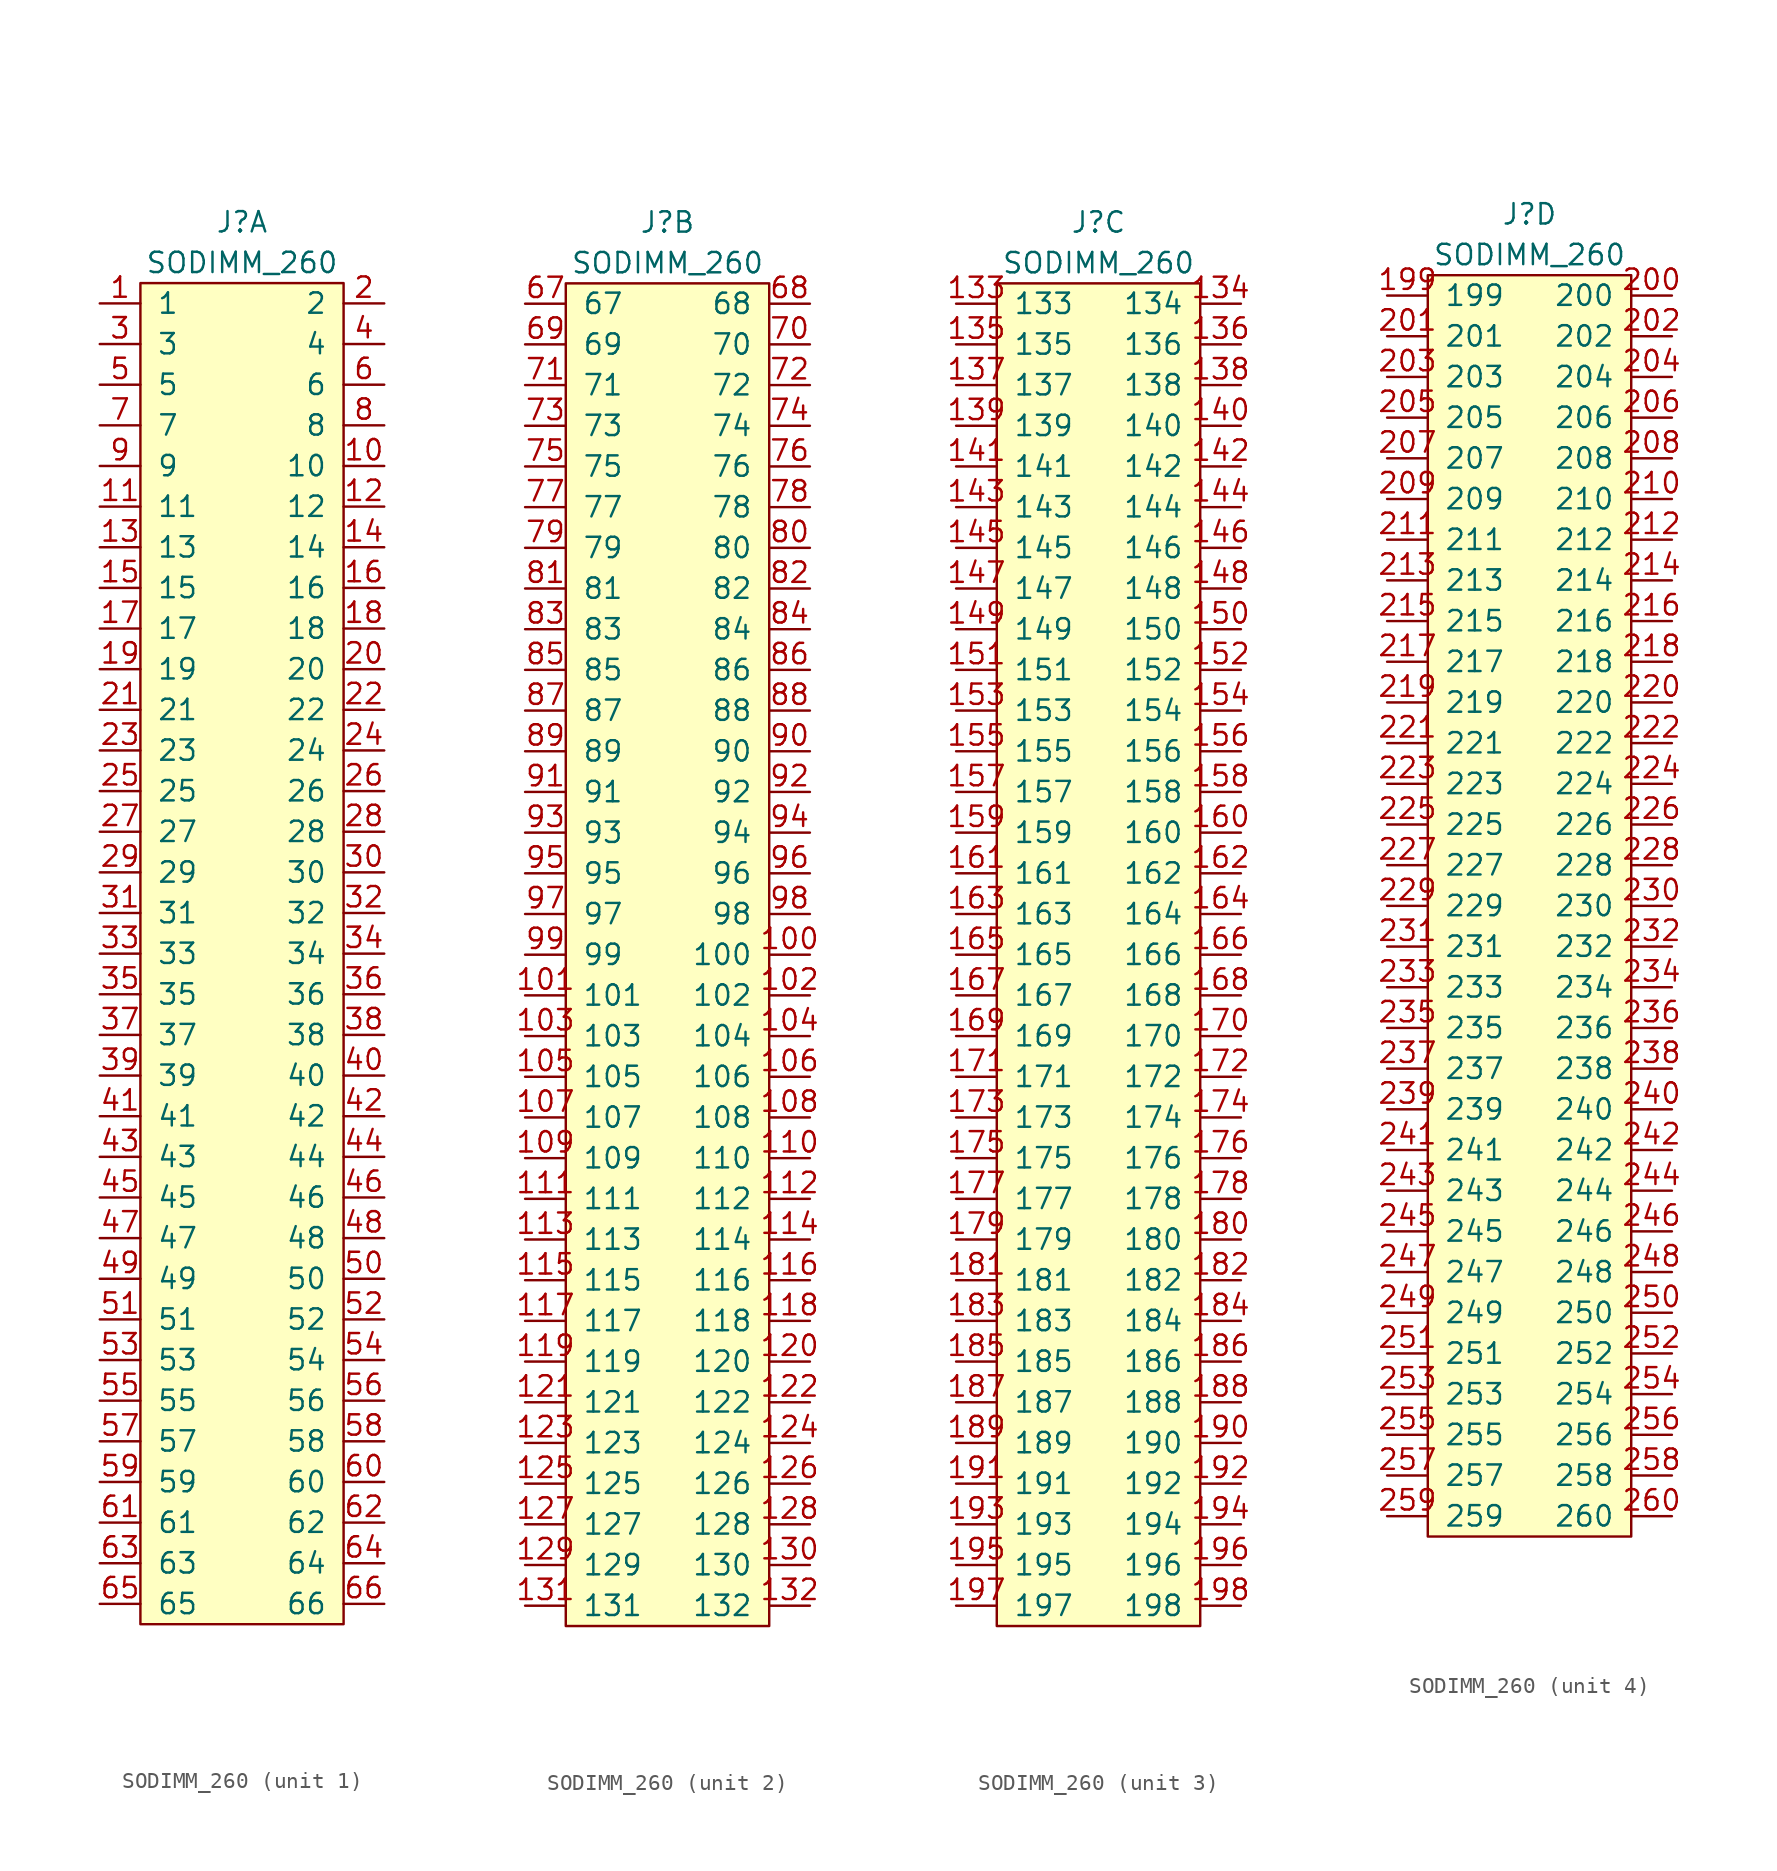
<source format=kicad_sym>
(kicad_symbol_lib
  (version 20201005)
  (generator kicad_symbol_editor)
  (symbol "lethalbit:SODIMM_260"
    (pin_names
      (offset 1.016))
    (property "Reference" "J"
      (at 0 13.97 0)
      (effects (font (size 1.27 1.27))))
    (property "Value" "SODIMM_260"
      (at 0 11.43 0)
      (effects (font (size 1.27 1.27))))
    (property "ki_locked" ""
      (at 0 0 0)
      (effects (font (size 1.27 1.27))))
    (symbol "SODIMM_260_1_1"
      (rectangle (start -6.35 10.16) (end 6.35 -73.66) (stroke (width 0)) (fill (type background)))
      (pin bidirectional line (at -8.89 8.89 0) (length 2.54) (name "1" (effects (font (size 1.27 1.27)))) (number "1" (effects (font (size 1.27 1.27)))))
      (pin bidirectional line (at 8.89 -1.27 180) (length 2.54) (name "10" (effects (font (size 1.27 1.27)))) (number "10" (effects (font (size 1.27 1.27)))))
      (pin bidirectional line (at -8.89 -3.81 0) (length 2.54) (name "11" (effects (font (size 1.27 1.27)))) (number "11" (effects (font (size 1.27 1.27)))))
      (pin bidirectional line (at 8.89 -3.81 180) (length 2.54) (name "12" (effects (font (size 1.27 1.27)))) (number "12" (effects (font (size 1.27 1.27)))))
      (pin bidirectional line (at -8.89 -6.35 0) (length 2.54) (name "13" (effects (font (size 1.27 1.27)))) (number "13" (effects (font (size 1.27 1.27)))))
      (pin bidirectional line (at 8.89 -6.35 180) (length 2.54) (name "14" (effects (font (size 1.27 1.27)))) (number "14" (effects (font (size 1.27 1.27)))))
      (pin bidirectional line (at -8.89 -8.89 0) (length 2.54) (name "15" (effects (font (size 1.27 1.27)))) (number "15" (effects (font (size 1.27 1.27)))))
      (pin bidirectional line (at 8.89 -8.89 180) (length 2.54) (name "16" (effects (font (size 1.27 1.27)))) (number "16" (effects (font (size 1.27 1.27)))))
      (pin bidirectional line (at -8.89 -11.43 0) (length 2.54) (name "17" (effects (font (size 1.27 1.27)))) (number "17" (effects (font (size 1.27 1.27)))))
      (pin bidirectional line (at 8.89 -11.43 180) (length 2.54) (name "18" (effects (font (size 1.27 1.27)))) (number "18" (effects (font (size 1.27 1.27)))))
      (pin bidirectional line (at -8.89 -13.97 0) (length 2.54) (name "19" (effects (font (size 1.27 1.27)))) (number "19" (effects (font (size 1.27 1.27)))))
      (pin bidirectional line (at 8.89 8.89 180) (length 2.54) (name "2" (effects (font (size 1.27 1.27)))) (number "2" (effects (font (size 1.27 1.27)))))
      (pin bidirectional line (at 8.89 -13.97 180) (length 2.54) (name "20" (effects (font (size 1.27 1.27)))) (number "20" (effects (font (size 1.27 1.27)))))
      (pin bidirectional line (at -8.89 -16.51 0) (length 2.54) (name "21" (effects (font (size 1.27 1.27)))) (number "21" (effects (font (size 1.27 1.27)))))
      (pin bidirectional line (at 8.89 -16.51 180) (length 2.54) (name "22" (effects (font (size 1.27 1.27)))) (number "22" (effects (font (size 1.27 1.27)))))
      (pin bidirectional line (at -8.89 -19.05 0) (length 2.54) (name "23" (effects (font (size 1.27 1.27)))) (number "23" (effects (font (size 1.27 1.27)))))
      (pin bidirectional line (at 8.89 -19.05 180) (length 2.54) (name "24" (effects (font (size 1.27 1.27)))) (number "24" (effects (font (size 1.27 1.27)))))
      (pin bidirectional line (at -8.89 -21.59 0) (length 2.54) (name "25" (effects (font (size 1.27 1.27)))) (number "25" (effects (font (size 1.27 1.27)))))
      (pin bidirectional line (at 8.89 -21.59 180) (length 2.54) (name "26" (effects (font (size 1.27 1.27)))) (number "26" (effects (font (size 1.27 1.27)))))
      (pin bidirectional line (at -8.89 -24.13 0) (length 2.54) (name "27" (effects (font (size 1.27 1.27)))) (number "27" (effects (font (size 1.27 1.27)))))
      (pin bidirectional line (at 8.89 -24.13 180) (length 2.54) (name "28" (effects (font (size 1.27 1.27)))) (number "28" (effects (font (size 1.27 1.27)))))
      (pin bidirectional line (at -8.89 -26.67 0) (length 2.54) (name "29" (effects (font (size 1.27 1.27)))) (number "29" (effects (font (size 1.27 1.27)))))
      (pin bidirectional line (at -8.89 6.35 0) (length 2.54) (name "3" (effects (font (size 1.27 1.27)))) (number "3" (effects (font (size 1.27 1.27)))))
      (pin bidirectional line (at 8.89 -26.67 180) (length 2.54) (name "30" (effects (font (size 1.27 1.27)))) (number "30" (effects (font (size 1.27 1.27)))))
      (pin bidirectional line (at -8.89 -29.21 0) (length 2.54) (name "31" (effects (font (size 1.27 1.27)))) (number "31" (effects (font (size 1.27 1.27)))))
      (pin bidirectional line (at 8.89 -29.21 180) (length 2.54) (name "32" (effects (font (size 1.27 1.27)))) (number "32" (effects (font (size 1.27 1.27)))))
      (pin bidirectional line (at -8.89 -31.75 0) (length 2.54) (name "33" (effects (font (size 1.27 1.27)))) (number "33" (effects (font (size 1.27 1.27)))))
      (pin bidirectional line (at 8.89 -31.75 180) (length 2.54) (name "34" (effects (font (size 1.27 1.27)))) (number "34" (effects (font (size 1.27 1.27)))))
      (pin bidirectional line (at -8.89 -34.29 0) (length 2.54) (name "35" (effects (font (size 1.27 1.27)))) (number "35" (effects (font (size 1.27 1.27)))))
      (pin bidirectional line (at 8.89 -34.29 180) (length 2.54) (name "36" (effects (font (size 1.27 1.27)))) (number "36" (effects (font (size 1.27 1.27)))))
      (pin bidirectional line (at -8.89 -36.83 0) (length 2.54) (name "37" (effects (font (size 1.27 1.27)))) (number "37" (effects (font (size 1.27 1.27)))))
      (pin bidirectional line (at 8.89 -36.83 180) (length 2.54) (name "38" (effects (font (size 1.27 1.27)))) (number "38" (effects (font (size 1.27 1.27)))))
      (pin bidirectional line (at -8.89 -39.37 0) (length 2.54) (name "39" (effects (font (size 1.27 1.27)))) (number "39" (effects (font (size 1.27 1.27)))))
      (pin bidirectional line (at 8.89 6.35 180) (length 2.54) (name "4" (effects (font (size 1.27 1.27)))) (number "4" (effects (font (size 1.27 1.27)))))
      (pin bidirectional line (at 8.89 -39.37 180) (length 2.54) (name "40" (effects (font (size 1.27 1.27)))) (number "40" (effects (font (size 1.27 1.27)))))
      (pin bidirectional line (at -8.89 -41.91 0) (length 2.54) (name "41" (effects (font (size 1.27 1.27)))) (number "41" (effects (font (size 1.27 1.27)))))
      (pin bidirectional line (at 8.89 -41.91 180) (length 2.54) (name "42" (effects (font (size 1.27 1.27)))) (number "42" (effects (font (size 1.27 1.27)))))
      (pin bidirectional line (at -8.89 -44.45 0) (length 2.54) (name "43" (effects (font (size 1.27 1.27)))) (number "43" (effects (font (size 1.27 1.27)))))
      (pin bidirectional line (at 8.89 -44.45 180) (length 2.54) (name "44" (effects (font (size 1.27 1.27)))) (number "44" (effects (font (size 1.27 1.27)))))
      (pin bidirectional line (at -8.89 -46.99 0) (length 2.54) (name "45" (effects (font (size 1.27 1.27)))) (number "45" (effects (font (size 1.27 1.27)))))
      (pin bidirectional line (at 8.89 -46.99 180) (length 2.54) (name "46" (effects (font (size 1.27 1.27)))) (number "46" (effects (font (size 1.27 1.27)))))
      (pin bidirectional line (at -8.89 -49.53 0) (length 2.54) (name "47" (effects (font (size 1.27 1.27)))) (number "47" (effects (font (size 1.27 1.27)))))
      (pin bidirectional line (at 8.89 -49.53 180) (length 2.54) (name "48" (effects (font (size 1.27 1.27)))) (number "48" (effects (font (size 1.27 1.27)))))
      (pin bidirectional line (at -8.89 -52.07 0) (length 2.54) (name "49" (effects (font (size 1.27 1.27)))) (number "49" (effects (font (size 1.27 1.27)))))
      (pin bidirectional line (at -8.89 3.81 0) (length 2.54) (name "5" (effects (font (size 1.27 1.27)))) (number "5" (effects (font (size 1.27 1.27)))))
      (pin bidirectional line (at 8.89 -52.07 180) (length 2.54) (name "50" (effects (font (size 1.27 1.27)))) (number "50" (effects (font (size 1.27 1.27)))))
      (pin bidirectional line (at -8.89 -54.61 0) (length 2.54) (name "51" (effects (font (size 1.27 1.27)))) (number "51" (effects (font (size 1.27 1.27)))))
      (pin bidirectional line (at 8.89 -54.61 180) (length 2.54) (name "52" (effects (font (size 1.27 1.27)))) (number "52" (effects (font (size 1.27 1.27)))))
      (pin bidirectional line (at -8.89 -57.15 0) (length 2.54) (name "53" (effects (font (size 1.27 1.27)))) (number "53" (effects (font (size 1.27 1.27)))))
      (pin bidirectional line (at 8.89 -57.15 180) (length 2.54) (name "54" (effects (font (size 1.27 1.27)))) (number "54" (effects (font (size 1.27 1.27)))))
      (pin bidirectional line (at -8.89 -59.69 0) (length 2.54) (name "55" (effects (font (size 1.27 1.27)))) (number "55" (effects (font (size 1.27 1.27)))))
      (pin bidirectional line (at 8.89 -59.69 180) (length 2.54) (name "56" (effects (font (size 1.27 1.27)))) (number "56" (effects (font (size 1.27 1.27)))))
      (pin bidirectional line (at -8.89 -62.23 0) (length 2.54) (name "57" (effects (font (size 1.27 1.27)))) (number "57" (effects (font (size 1.27 1.27)))))
      (pin bidirectional line (at 8.89 -62.23 180) (length 2.54) (name "58" (effects (font (size 1.27 1.27)))) (number "58" (effects (font (size 1.27 1.27)))))
      (pin bidirectional line (at -8.89 -64.77 0) (length 2.54) (name "59" (effects (font (size 1.27 1.27)))) (number "59" (effects (font (size 1.27 1.27)))))
      (pin bidirectional line (at 8.89 3.81 180) (length 2.54) (name "6" (effects (font (size 1.27 1.27)))) (number "6" (effects (font (size 1.27 1.27)))))
      (pin bidirectional line (at 8.89 -64.77 180) (length 2.54) (name "60" (effects (font (size 1.27 1.27)))) (number "60" (effects (font (size 1.27 1.27)))))
      (pin bidirectional line (at -8.89 -67.31 0) (length 2.54) (name "61" (effects (font (size 1.27 1.27)))) (number "61" (effects (font (size 1.27 1.27)))))
      (pin bidirectional line (at 8.89 -67.31 180) (length 2.54) (name "62" (effects (font (size 1.27 1.27)))) (number "62" (effects (font (size 1.27 1.27)))))
      (pin bidirectional line (at -8.89 -69.85 0) (length 2.54) (name "63" (effects (font (size 1.27 1.27)))) (number "63" (effects (font (size 1.27 1.27)))))
      (pin bidirectional line (at 8.89 -69.85 180) (length 2.54) (name "64" (effects (font (size 1.27 1.27)))) (number "64" (effects (font (size 1.27 1.27)))))
      (pin bidirectional line (at -8.89 -72.39 0) (length 2.54) (name "65" (effects (font (size 1.27 1.27)))) (number "65" (effects (font (size 1.27 1.27)))))
      (pin bidirectional line (at 8.89 -72.39 180) (length 2.54) (name "66" (effects (font (size 1.27 1.27)))) (number "66" (effects (font (size 1.27 1.27)))))
      (pin bidirectional line (at -8.89 1.27 0) (length 2.54) (name "7" (effects (font (size 1.27 1.27)))) (number "7" (effects (font (size 1.27 1.27)))))
      (pin bidirectional line (at 8.89 1.27 180) (length 2.54) (name "8" (effects (font (size 1.27 1.27)))) (number "8" (effects (font (size 1.27 1.27)))))
      (pin bidirectional line (at -8.89 -1.27 0) (length 2.54) (name "9" (effects (font (size 1.27 1.27)))) (number "9" (effects (font (size 1.27 1.27))))))
    (symbol "SODIMM_260_2_1"
      (rectangle (start -6.35 10.16) (end 6.35 -73.66) (stroke (width 0)) (fill (type background)))
      (pin bidirectional line (at 8.89 -31.75 180) (length 2.54) (name "100" (effects (font (size 1.27 1.27)))) (number "100" (effects (font (size 1.27 1.27)))))
      (pin bidirectional line (at -8.89 -34.29 0) (length 2.54) (name "101" (effects (font (size 1.27 1.27)))) (number "101" (effects (font (size 1.27 1.27)))))
      (pin bidirectional line (at 8.89 -34.29 180) (length 2.54) (name "102" (effects (font (size 1.27 1.27)))) (number "102" (effects (font (size 1.27 1.27)))))
      (pin bidirectional line (at -8.89 -36.83 0) (length 2.54) (name "103" (effects (font (size 1.27 1.27)))) (number "103" (effects (font (size 1.27 1.27)))))
      (pin bidirectional line (at 8.89 -36.83 180) (length 2.54) (name "104" (effects (font (size 1.27 1.27)))) (number "104" (effects (font (size 1.27 1.27)))))
      (pin bidirectional line (at -8.89 -39.37 0) (length 2.54) (name "105" (effects (font (size 1.27 1.27)))) (number "105" (effects (font (size 1.27 1.27)))))
      (pin bidirectional line (at 8.89 -39.37 180) (length 2.54) (name "106" (effects (font (size 1.27 1.27)))) (number "106" (effects (font (size 1.27 1.27)))))
      (pin bidirectional line (at -8.89 -41.91 0) (length 2.54) (name "107" (effects (font (size 1.27 1.27)))) (number "107" (effects (font (size 1.27 1.27)))))
      (pin bidirectional line (at 8.89 -41.91 180) (length 2.54) (name "108" (effects (font (size 1.27 1.27)))) (number "108" (effects (font (size 1.27 1.27)))))
      (pin bidirectional line (at -8.89 -44.45 0) (length 2.54) (name "109" (effects (font (size 1.27 1.27)))) (number "109" (effects (font (size 1.27 1.27)))))
      (pin bidirectional line (at 8.89 -44.45 180) (length 2.54) (name "110" (effects (font (size 1.27 1.27)))) (number "110" (effects (font (size 1.27 1.27)))))
      (pin bidirectional line (at -8.89 -46.99 0) (length 2.54) (name "111" (effects (font (size 1.27 1.27)))) (number "111" (effects (font (size 1.27 1.27)))))
      (pin bidirectional line (at 8.89 -46.99 180) (length 2.54) (name "112" (effects (font (size 1.27 1.27)))) (number "112" (effects (font (size 1.27 1.27)))))
      (pin bidirectional line (at -8.89 -49.53 0) (length 2.54) (name "113" (effects (font (size 1.27 1.27)))) (number "113" (effects (font (size 1.27 1.27)))))
      (pin bidirectional line (at 8.89 -49.53 180) (length 2.54) (name "114" (effects (font (size 1.27 1.27)))) (number "114" (effects (font (size 1.27 1.27)))))
      (pin bidirectional line (at -8.89 -52.07 0) (length 2.54) (name "115" (effects (font (size 1.27 1.27)))) (number "115" (effects (font (size 1.27 1.27)))))
      (pin bidirectional line (at 8.89 -52.07 180) (length 2.54) (name "116" (effects (font (size 1.27 1.27)))) (number "116" (effects (font (size 1.27 1.27)))))
      (pin bidirectional line (at -8.89 -54.61 0) (length 2.54) (name "117" (effects (font (size 1.27 1.27)))) (number "117" (effects (font (size 1.27 1.27)))))
      (pin bidirectional line (at 8.89 -54.61 180) (length 2.54) (name "118" (effects (font (size 1.27 1.27)))) (number "118" (effects (font (size 1.27 1.27)))))
      (pin bidirectional line (at -8.89 -57.15 0) (length 2.54) (name "119" (effects (font (size 1.27 1.27)))) (number "119" (effects (font (size 1.27 1.27)))))
      (pin bidirectional line (at 8.89 -57.15 180) (length 2.54) (name "120" (effects (font (size 1.27 1.27)))) (number "120" (effects (font (size 1.27 1.27)))))
      (pin bidirectional line (at -8.89 -59.69 0) (length 2.54) (name "121" (effects (font (size 1.27 1.27)))) (number "121" (effects (font (size 1.27 1.27)))))
      (pin bidirectional line (at 8.89 -59.69 180) (length 2.54) (name "122" (effects (font (size 1.27 1.27)))) (number "122" (effects (font (size 1.27 1.27)))))
      (pin bidirectional line (at -8.89 -62.23 0) (length 2.54) (name "123" (effects (font (size 1.27 1.27)))) (number "123" (effects (font (size 1.27 1.27)))))
      (pin bidirectional line (at 8.89 -62.23 180) (length 2.54) (name "124" (effects (font (size 1.27 1.27)))) (number "124" (effects (font (size 1.27 1.27)))))
      (pin bidirectional line (at -8.89 -64.77 0) (length 2.54) (name "125" (effects (font (size 1.27 1.27)))) (number "125" (effects (font (size 1.27 1.27)))))
      (pin bidirectional line (at 8.89 -64.77 180) (length 2.54) (name "126" (effects (font (size 1.27 1.27)))) (number "126" (effects (font (size 1.27 1.27)))))
      (pin bidirectional line (at -8.89 -67.31 0) (length 2.54) (name "127" (effects (font (size 1.27 1.27)))) (number "127" (effects (font (size 1.27 1.27)))))
      (pin bidirectional line (at 8.89 -67.31 180) (length 2.54) (name "128" (effects (font (size 1.27 1.27)))) (number "128" (effects (font (size 1.27 1.27)))))
      (pin bidirectional line (at -8.89 -69.85 0) (length 2.54) (name "129" (effects (font (size 1.27 1.27)))) (number "129" (effects (font (size 1.27 1.27)))))
      (pin bidirectional line (at 8.89 -69.85 180) (length 2.54) (name "130" (effects (font (size 1.27 1.27)))) (number "130" (effects (font (size 1.27 1.27)))))
      (pin bidirectional line (at -8.89 -72.39 0) (length 2.54) (name "131" (effects (font (size 1.27 1.27)))) (number "131" (effects (font (size 1.27 1.27)))))
      (pin bidirectional line (at 8.89 -72.39 180) (length 2.54) (name "132" (effects (font (size 1.27 1.27)))) (number "132" (effects (font (size 1.27 1.27)))))
      (pin bidirectional line (at -8.89 8.89 0) (length 2.54) (name "67" (effects (font (size 1.27 1.27)))) (number "67" (effects (font (size 1.27 1.27)))))
      (pin bidirectional line (at 8.89 8.89 180) (length 2.54) (name "68" (effects (font (size 1.27 1.27)))) (number "68" (effects (font (size 1.27 1.27)))))
      (pin bidirectional line (at -8.89 6.35 0) (length 2.54) (name "69" (effects (font (size 1.27 1.27)))) (number "69" (effects (font (size 1.27 1.27)))))
      (pin bidirectional line (at 8.89 6.35 180) (length 2.54) (name "70" (effects (font (size 1.27 1.27)))) (number "70" (effects (font (size 1.27 1.27)))))
      (pin bidirectional line (at -8.89 3.81 0) (length 2.54) (name "71" (effects (font (size 1.27 1.27)))) (number "71" (effects (font (size 1.27 1.27)))))
      (pin bidirectional line (at 8.89 3.81 180) (length 2.54) (name "72" (effects (font (size 1.27 1.27)))) (number "72" (effects (font (size 1.27 1.27)))))
      (pin bidirectional line (at -8.89 1.27 0) (length 2.54) (name "73" (effects (font (size 1.27 1.27)))) (number "73" (effects (font (size 1.27 1.27)))))
      (pin bidirectional line (at 8.89 1.27 180) (length 2.54) (name "74" (effects (font (size 1.27 1.27)))) (number "74" (effects (font (size 1.27 1.27)))))
      (pin bidirectional line (at -8.89 -1.27 0) (length 2.54) (name "75" (effects (font (size 1.27 1.27)))) (number "75" (effects (font (size 1.27 1.27)))))
      (pin bidirectional line (at 8.89 -1.27 180) (length 2.54) (name "76" (effects (font (size 1.27 1.27)))) (number "76" (effects (font (size 1.27 1.27)))))
      (pin bidirectional line (at -8.89 -3.81 0) (length 2.54) (name "77" (effects (font (size 1.27 1.27)))) (number "77" (effects (font (size 1.27 1.27)))))
      (pin bidirectional line (at 8.89 -3.81 180) (length 2.54) (name "78" (effects (font (size 1.27 1.27)))) (number "78" (effects (font (size 1.27 1.27)))))
      (pin bidirectional line (at -8.89 -6.35 0) (length 2.54) (name "79" (effects (font (size 1.27 1.27)))) (number "79" (effects (font (size 1.27 1.27)))))
      (pin bidirectional line (at 8.89 -6.35 180) (length 2.54) (name "80" (effects (font (size 1.27 1.27)))) (number "80" (effects (font (size 1.27 1.27)))))
      (pin bidirectional line (at -8.89 -8.89 0) (length 2.54) (name "81" (effects (font (size 1.27 1.27)))) (number "81" (effects (font (size 1.27 1.27)))))
      (pin bidirectional line (at 8.89 -8.89 180) (length 2.54) (name "82" (effects (font (size 1.27 1.27)))) (number "82" (effects (font (size 1.27 1.27)))))
      (pin bidirectional line (at -8.89 -11.43 0) (length 2.54) (name "83" (effects (font (size 1.27 1.27)))) (number "83" (effects (font (size 1.27 1.27)))))
      (pin bidirectional line (at 8.89 -11.43 180) (length 2.54) (name "84" (effects (font (size 1.27 1.27)))) (number "84" (effects (font (size 1.27 1.27)))))
      (pin bidirectional line (at -8.89 -13.97 0) (length 2.54) (name "85" (effects (font (size 1.27 1.27)))) (number "85" (effects (font (size 1.27 1.27)))))
      (pin bidirectional line (at 8.89 -13.97 180) (length 2.54) (name "86" (effects (font (size 1.27 1.27)))) (number "86" (effects (font (size 1.27 1.27)))))
      (pin bidirectional line (at -8.89 -16.51 0) (length 2.54) (name "87" (effects (font (size 1.27 1.27)))) (number "87" (effects (font (size 1.27 1.27)))))
      (pin bidirectional line (at 8.89 -16.51 180) (length 2.54) (name "88" (effects (font (size 1.27 1.27)))) (number "88" (effects (font (size 1.27 1.27)))))
      (pin bidirectional line (at -8.89 -19.05 0) (length 2.54) (name "89" (effects (font (size 1.27 1.27)))) (number "89" (effects (font (size 1.27 1.27)))))
      (pin bidirectional line (at 8.89 -19.05 180) (length 2.54) (name "90" (effects (font (size 1.27 1.27)))) (number "90" (effects (font (size 1.27 1.27)))))
      (pin bidirectional line (at -8.89 -21.59 0) (length 2.54) (name "91" (effects (font (size 1.27 1.27)))) (number "91" (effects (font (size 1.27 1.27)))))
      (pin bidirectional line (at 8.89 -21.59 180) (length 2.54) (name "92" (effects (font (size 1.27 1.27)))) (number "92" (effects (font (size 1.27 1.27)))))
      (pin bidirectional line (at -8.89 -24.13 0) (length 2.54) (name "93" (effects (font (size 1.27 1.27)))) (number "93" (effects (font (size 1.27 1.27)))))
      (pin bidirectional line (at 8.89 -24.13 180) (length 2.54) (name "94" (effects (font (size 1.27 1.27)))) (number "94" (effects (font (size 1.27 1.27)))))
      (pin bidirectional line (at -8.89 -26.67 0) (length 2.54) (name "95" (effects (font (size 1.27 1.27)))) (number "95" (effects (font (size 1.27 1.27)))))
      (pin bidirectional line (at 8.89 -26.67 180) (length 2.54) (name "96" (effects (font (size 1.27 1.27)))) (number "96" (effects (font (size 1.27 1.27)))))
      (pin bidirectional line (at -8.89 -29.21 0) (length 2.54) (name "97" (effects (font (size 1.27 1.27)))) (number "97" (effects (font (size 1.27 1.27)))))
      (pin bidirectional line (at 8.89 -29.21 180) (length 2.54) (name "98" (effects (font (size 1.27 1.27)))) (number "98" (effects (font (size 1.27 1.27)))))
      (pin bidirectional line (at -8.89 -31.75 0) (length 2.54) (name "99" (effects (font (size 1.27 1.27)))) (number "99" (effects (font (size 1.27 1.27))))))
    (symbol "SODIMM_260_3_1"
      (rectangle (start -6.35 10.16) (end 6.35 -73.66) (stroke (width 0)) (fill (type background)))
      (pin bidirectional line (at -8.89 8.89 0) (length 2.54) (name "133" (effects (font (size 1.27 1.27)))) (number "133" (effects (font (size 1.27 1.27)))))
      (pin bidirectional line (at 8.89 8.89 180) (length 2.54) (name "134" (effects (font (size 1.27 1.27)))) (number "134" (effects (font (size 1.27 1.27)))))
      (pin bidirectional line (at -8.89 6.35 0) (length 2.54) (name "135" (effects (font (size 1.27 1.27)))) (number "135" (effects (font (size 1.27 1.27)))))
      (pin bidirectional line (at 8.89 6.35 180) (length 2.54) (name "136" (effects (font (size 1.27 1.27)))) (number "136" (effects (font (size 1.27 1.27)))))
      (pin bidirectional line (at -8.89 3.81 0) (length 2.54) (name "137" (effects (font (size 1.27 1.27)))) (number "137" (effects (font (size 1.27 1.27)))))
      (pin bidirectional line (at 8.89 3.81 180) (length 2.54) (name "138" (effects (font (size 1.27 1.27)))) (number "138" (effects (font (size 1.27 1.27)))))
      (pin bidirectional line (at -8.89 1.27 0) (length 2.54) (name "139" (effects (font (size 1.27 1.27)))) (number "139" (effects (font (size 1.27 1.27)))))
      (pin bidirectional line (at 8.89 1.27 180) (length 2.54) (name "140" (effects (font (size 1.27 1.27)))) (number "140" (effects (font (size 1.27 1.27)))))
      (pin bidirectional line (at -8.89 -1.27 0) (length 2.54) (name "141" (effects (font (size 1.27 1.27)))) (number "141" (effects (font (size 1.27 1.27)))))
      (pin bidirectional line (at 8.89 -1.27 180) (length 2.54) (name "142" (effects (font (size 1.27 1.27)))) (number "142" (effects (font (size 1.27 1.27)))))
      (pin bidirectional line (at -8.89 -3.81 0) (length 2.54) (name "143" (effects (font (size 1.27 1.27)))) (number "143" (effects (font (size 1.27 1.27)))))
      (pin bidirectional line (at 8.89 -3.81 180) (length 2.54) (name "144" (effects (font (size 1.27 1.27)))) (number "144" (effects (font (size 1.27 1.27)))))
      (pin bidirectional line (at -8.89 -6.35 0) (length 2.54) (name "145" (effects (font (size 1.27 1.27)))) (number "145" (effects (font (size 1.27 1.27)))))
      (pin bidirectional line (at 8.89 -6.35 180) (length 2.54) (name "146" (effects (font (size 1.27 1.27)))) (number "146" (effects (font (size 1.27 1.27)))))
      (pin bidirectional line (at -8.89 -8.89 0) (length 2.54) (name "147" (effects (font (size 1.27 1.27)))) (number "147" (effects (font (size 1.27 1.27)))))
      (pin bidirectional line (at 8.89 -8.89 180) (length 2.54) (name "148" (effects (font (size 1.27 1.27)))) (number "148" (effects (font (size 1.27 1.27)))))
      (pin bidirectional line (at -8.89 -11.43 0) (length 2.54) (name "149" (effects (font (size 1.27 1.27)))) (number "149" (effects (font (size 1.27 1.27)))))
      (pin bidirectional line (at 8.89 -11.43 180) (length 2.54) (name "150" (effects (font (size 1.27 1.27)))) (number "150" (effects (font (size 1.27 1.27)))))
      (pin bidirectional line (at -8.89 -13.97 0) (length 2.54) (name "151" (effects (font (size 1.27 1.27)))) (number "151" (effects (font (size 1.27 1.27)))))
      (pin bidirectional line (at 8.89 -13.97 180) (length 2.54) (name "152" (effects (font (size 1.27 1.27)))) (number "152" (effects (font (size 1.27 1.27)))))
      (pin bidirectional line (at -8.89 -16.51 0) (length 2.54) (name "153" (effects (font (size 1.27 1.27)))) (number "153" (effects (font (size 1.27 1.27)))))
      (pin bidirectional line (at 8.89 -16.51 180) (length 2.54) (name "154" (effects (font (size 1.27 1.27)))) (number "154" (effects (font (size 1.27 1.27)))))
      (pin bidirectional line (at -8.89 -19.05 0) (length 2.54) (name "155" (effects (font (size 1.27 1.27)))) (number "155" (effects (font (size 1.27 1.27)))))
      (pin bidirectional line (at 8.89 -19.05 180) (length 2.54) (name "156" (effects (font (size 1.27 1.27)))) (number "156" (effects (font (size 1.27 1.27)))))
      (pin bidirectional line (at -8.89 -21.59 0) (length 2.54) (name "157" (effects (font (size 1.27 1.27)))) (number "157" (effects (font (size 1.27 1.27)))))
      (pin bidirectional line (at 8.89 -21.59 180) (length 2.54) (name "158" (effects (font (size 1.27 1.27)))) (number "158" (effects (font (size 1.27 1.27)))))
      (pin bidirectional line (at -8.89 -24.13 0) (length 2.54) (name "159" (effects (font (size 1.27 1.27)))) (number "159" (effects (font (size 1.27 1.27)))))
      (pin bidirectional line (at 8.89 -24.13 180) (length 2.54) (name "160" (effects (font (size 1.27 1.27)))) (number "160" (effects (font (size 1.27 1.27)))))
      (pin bidirectional line (at -8.89 -26.67 0) (length 2.54) (name "161" (effects (font (size 1.27 1.27)))) (number "161" (effects (font (size 1.27 1.27)))))
      (pin bidirectional line (at 8.89 -26.67 180) (length 2.54) (name "162" (effects (font (size 1.27 1.27)))) (number "162" (effects (font (size 1.27 1.27)))))
      (pin bidirectional line (at -8.89 -29.21 0) (length 2.54) (name "163" (effects (font (size 1.27 1.27)))) (number "163" (effects (font (size 1.27 1.27)))))
      (pin bidirectional line (at 8.89 -29.21 180) (length 2.54) (name "164" (effects (font (size 1.27 1.27)))) (number "164" (effects (font (size 1.27 1.27)))))
      (pin bidirectional line (at -8.89 -31.75 0) (length 2.54) (name "165" (effects (font (size 1.27 1.27)))) (number "165" (effects (font (size 1.27 1.27)))))
      (pin bidirectional line (at 8.89 -31.75 180) (length 2.54) (name "166" (effects (font (size 1.27 1.27)))) (number "166" (effects (font (size 1.27 1.27)))))
      (pin bidirectional line (at -8.89 -34.29 0) (length 2.54) (name "167" (effects (font (size 1.27 1.27)))) (number "167" (effects (font (size 1.27 1.27)))))
      (pin bidirectional line (at 8.89 -34.29 180) (length 2.54) (name "168" (effects (font (size 1.27 1.27)))) (number "168" (effects (font (size 1.27 1.27)))))
      (pin bidirectional line (at -8.89 -36.83 0) (length 2.54) (name "169" (effects (font (size 1.27 1.27)))) (number "169" (effects (font (size 1.27 1.27)))))
      (pin bidirectional line (at 8.89 -36.83 180) (length 2.54) (name "170" (effects (font (size 1.27 1.27)))) (number "170" (effects (font (size 1.27 1.27)))))
      (pin bidirectional line (at -8.89 -39.37 0) (length 2.54) (name "171" (effects (font (size 1.27 1.27)))) (number "171" (effects (font (size 1.27 1.27)))))
      (pin bidirectional line (at 8.89 -39.37 180) (length 2.54) (name "172" (effects (font (size 1.27 1.27)))) (number "172" (effects (font (size 1.27 1.27)))))
      (pin bidirectional line (at -8.89 -41.91 0) (length 2.54) (name "173" (effects (font (size 1.27 1.27)))) (number "173" (effects (font (size 1.27 1.27)))))
      (pin bidirectional line (at 8.89 -41.91 180) (length 2.54) (name "174" (effects (font (size 1.27 1.27)))) (number "174" (effects (font (size 1.27 1.27)))))
      (pin bidirectional line (at -8.89 -44.45 0) (length 2.54) (name "175" (effects (font (size 1.27 1.27)))) (number "175" (effects (font (size 1.27 1.27)))))
      (pin bidirectional line (at 8.89 -44.45 180) (length 2.54) (name "176" (effects (font (size 1.27 1.27)))) (number "176" (effects (font (size 1.27 1.27)))))
      (pin bidirectional line (at -8.89 -46.99 0) (length 2.54) (name "177" (effects (font (size 1.27 1.27)))) (number "177" (effects (font (size 1.27 1.27)))))
      (pin bidirectional line (at 8.89 -46.99 180) (length 2.54) (name "178" (effects (font (size 1.27 1.27)))) (number "178" (effects (font (size 1.27 1.27)))))
      (pin bidirectional line (at -8.89 -49.53 0) (length 2.54) (name "179" (effects (font (size 1.27 1.27)))) (number "179" (effects (font (size 1.27 1.27)))))
      (pin bidirectional line (at 8.89 -49.53 180) (length 2.54) (name "180" (effects (font (size 1.27 1.27)))) (number "180" (effects (font (size 1.27 1.27)))))
      (pin bidirectional line (at -8.89 -52.07 0) (length 2.54) (name "181" (effects (font (size 1.27 1.27)))) (number "181" (effects (font (size 1.27 1.27)))))
      (pin bidirectional line (at 8.89 -52.07 180) (length 2.54) (name "182" (effects (font (size 1.27 1.27)))) (number "182" (effects (font (size 1.27 1.27)))))
      (pin bidirectional line (at -8.89 -54.61 0) (length 2.54) (name "183" (effects (font (size 1.27 1.27)))) (number "183" (effects (font (size 1.27 1.27)))))
      (pin bidirectional line (at 8.89 -54.61 180) (length 2.54) (name "184" (effects (font (size 1.27 1.27)))) (number "184" (effects (font (size 1.27 1.27)))))
      (pin bidirectional line (at -8.89 -57.15 0) (length 2.54) (name "185" (effects (font (size 1.27 1.27)))) (number "185" (effects (font (size 1.27 1.27)))))
      (pin bidirectional line (at 8.89 -57.15 180) (length 2.54) (name "186" (effects (font (size 1.27 1.27)))) (number "186" (effects (font (size 1.27 1.27)))))
      (pin bidirectional line (at -8.89 -59.69 0) (length 2.54) (name "187" (effects (font (size 1.27 1.27)))) (number "187" (effects (font (size 1.27 1.27)))))
      (pin bidirectional line (at 8.89 -59.69 180) (length 2.54) (name "188" (effects (font (size 1.27 1.27)))) (number "188" (effects (font (size 1.27 1.27)))))
      (pin bidirectional line (at -8.89 -62.23 0) (length 2.54) (name "189" (effects (font (size 1.27 1.27)))) (number "189" (effects (font (size 1.27 1.27)))))
      (pin bidirectional line (at 8.89 -62.23 180) (length 2.54) (name "190" (effects (font (size 1.27 1.27)))) (number "190" (effects (font (size 1.27 1.27)))))
      (pin bidirectional line (at -8.89 -64.77 0) (length 2.54) (name "191" (effects (font (size 1.27 1.27)))) (number "191" (effects (font (size 1.27 1.27)))))
      (pin bidirectional line (at 8.89 -64.77 180) (length 2.54) (name "192" (effects (font (size 1.27 1.27)))) (number "192" (effects (font (size 1.27 1.27)))))
      (pin bidirectional line (at -8.89 -67.31 0) (length 2.54) (name "193" (effects (font (size 1.27 1.27)))) (number "193" (effects (font (size 1.27 1.27)))))
      (pin bidirectional line (at 8.89 -67.31 180) (length 2.54) (name "194" (effects (font (size 1.27 1.27)))) (number "194" (effects (font (size 1.27 1.27)))))
      (pin bidirectional line (at -8.89 -69.85 0) (length 2.54) (name "195" (effects (font (size 1.27 1.27)))) (number "195" (effects (font (size 1.27 1.27)))))
      (pin bidirectional line (at 8.89 -69.85 180) (length 2.54) (name "196" (effects (font (size 1.27 1.27)))) (number "196" (effects (font (size 1.27 1.27)))))
      (pin bidirectional line (at -8.89 -72.39 0) (length 2.54) (name "197" (effects (font (size 1.27 1.27)))) (number "197" (effects (font (size 1.27 1.27)))))
      (pin bidirectional line (at 8.89 -72.39 180) (length 2.54) (name "198" (effects (font (size 1.27 1.27)))) (number "198" (effects (font (size 1.27 1.27))))))
    (symbol "SODIMM_260_4_1"
      (rectangle (start -6.35 10.16) (end 6.35 -68.58) (stroke (width 0)) (fill (type background)))
      (pin bidirectional line (at -8.89 8.89 0) (length 2.54) (name "199" (effects (font (size 1.27 1.27)))) (number "199" (effects (font (size 1.27 1.27)))))
      (pin bidirectional line (at 8.89 8.89 180) (length 2.54) (name "200" (effects (font (size 1.27 1.27)))) (number "200" (effects (font (size 1.27 1.27)))))
      (pin bidirectional line (at -8.89 6.35 0) (length 2.54) (name "201" (effects (font (size 1.27 1.27)))) (number "201" (effects (font (size 1.27 1.27)))))
      (pin bidirectional line (at 8.89 6.35 180) (length 2.54) (name "202" (effects (font (size 1.27 1.27)))) (number "202" (effects (font (size 1.27 1.27)))))
      (pin bidirectional line (at -8.89 3.81 0) (length 2.54) (name "203" (effects (font (size 1.27 1.27)))) (number "203" (effects (font (size 1.27 1.27)))))
      (pin bidirectional line (at 8.89 3.81 180) (length 2.54) (name "204" (effects (font (size 1.27 1.27)))) (number "204" (effects (font (size 1.27 1.27)))))
      (pin bidirectional line (at -8.89 1.27 0) (length 2.54) (name "205" (effects (font (size 1.27 1.27)))) (number "205" (effects (font (size 1.27 1.27)))))
      (pin bidirectional line (at 8.89 1.27 180) (length 2.54) (name "206" (effects (font (size 1.27 1.27)))) (number "206" (effects (font (size 1.27 1.27)))))
      (pin bidirectional line (at -8.89 -1.27 0) (length 2.54) (name "207" (effects (font (size 1.27 1.27)))) (number "207" (effects (font (size 1.27 1.27)))))
      (pin bidirectional line (at 8.89 -1.27 180) (length 2.54) (name "208" (effects (font (size 1.27 1.27)))) (number "208" (effects (font (size 1.27 1.27)))))
      (pin bidirectional line (at -8.89 -3.81 0) (length 2.54) (name "209" (effects (font (size 1.27 1.27)))) (number "209" (effects (font (size 1.27 1.27)))))
      (pin bidirectional line (at 8.89 -3.81 180) (length 2.54) (name "210" (effects (font (size 1.27 1.27)))) (number "210" (effects (font (size 1.27 1.27)))))
      (pin bidirectional line (at -8.89 -6.35 0) (length 2.54) (name "211" (effects (font (size 1.27 1.27)))) (number "211" (effects (font (size 1.27 1.27)))))
      (pin bidirectional line (at 8.89 -6.35 180) (length 2.54) (name "212" (effects (font (size 1.27 1.27)))) (number "212" (effects (font (size 1.27 1.27)))))
      (pin bidirectional line (at -8.89 -8.89 0) (length 2.54) (name "213" (effects (font (size 1.27 1.27)))) (number "213" (effects (font (size 1.27 1.27)))))
      (pin bidirectional line (at 8.89 -8.89 180) (length 2.54) (name "214" (effects (font (size 1.27 1.27)))) (number "214" (effects (font (size 1.27 1.27)))))
      (pin bidirectional line (at -8.89 -11.43 0) (length 2.54) (name "215" (effects (font (size 1.27 1.27)))) (number "215" (effects (font (size 1.27 1.27)))))
      (pin bidirectional line (at 8.89 -11.43 180) (length 2.54) (name "216" (effects (font (size 1.27 1.27)))) (number "216" (effects (font (size 1.27 1.27)))))
      (pin bidirectional line (at -8.89 -13.97 0) (length 2.54) (name "217" (effects (font (size 1.27 1.27)))) (number "217" (effects (font (size 1.27 1.27)))))
      (pin bidirectional line (at 8.89 -13.97 180) (length 2.54) (name "218" (effects (font (size 1.27 1.27)))) (number "218" (effects (font (size 1.27 1.27)))))
      (pin bidirectional line (at -8.89 -16.51 0) (length 2.54) (name "219" (effects (font (size 1.27 1.27)))) (number "219" (effects (font (size 1.27 1.27)))))
      (pin bidirectional line (at 8.89 -16.51 180) (length 2.54) (name "220" (effects (font (size 1.27 1.27)))) (number "220" (effects (font (size 1.27 1.27)))))
      (pin bidirectional line (at -8.89 -19.05 0) (length 2.54) (name "221" (effects (font (size 1.27 1.27)))) (number "221" (effects (font (size 1.27 1.27)))))
      (pin bidirectional line (at 8.89 -19.05 180) (length 2.54) (name "222" (effects (font (size 1.27 1.27)))) (number "222" (effects (font (size 1.27 1.27)))))
      (pin bidirectional line (at -8.89 -21.59 0) (length 2.54) (name "223" (effects (font (size 1.27 1.27)))) (number "223" (effects (font (size 1.27 1.27)))))
      (pin bidirectional line (at 8.89 -21.59 180) (length 2.54) (name "224" (effects (font (size 1.27 1.27)))) (number "224" (effects (font (size 1.27 1.27)))))
      (pin bidirectional line (at -8.89 -24.13 0) (length 2.54) (name "225" (effects (font (size 1.27 1.27)))) (number "225" (effects (font (size 1.27 1.27)))))
      (pin bidirectional line (at 8.89 -24.13 180) (length 2.54) (name "226" (effects (font (size 1.27 1.27)))) (number "226" (effects (font (size 1.27 1.27)))))
      (pin bidirectional line (at -8.89 -26.67 0) (length 2.54) (name "227" (effects (font (size 1.27 1.27)))) (number "227" (effects (font (size 1.27 1.27)))))
      (pin bidirectional line (at 8.89 -26.67 180) (length 2.54) (name "228" (effects (font (size 1.27 1.27)))) (number "228" (effects (font (size 1.27 1.27)))))
      (pin bidirectional line (at -8.89 -29.21 0) (length 2.54) (name "229" (effects (font (size 1.27 1.27)))) (number "229" (effects (font (size 1.27 1.27)))))
      (pin bidirectional line (at 8.89 -29.21 180) (length 2.54) (name "230" (effects (font (size 1.27 1.27)))) (number "230" (effects (font (size 1.27 1.27)))))
      (pin bidirectional line (at -8.89 -31.75 0) (length 2.54) (name "231" (effects (font (size 1.27 1.27)))) (number "231" (effects (font (size 1.27 1.27)))))
      (pin bidirectional line (at 8.89 -31.75 180) (length 2.54) (name "232" (effects (font (size 1.27 1.27)))) (number "232" (effects (font (size 1.27 1.27)))))
      (pin bidirectional line (at -8.89 -34.29 0) (length 2.54) (name "233" (effects (font (size 1.27 1.27)))) (number "233" (effects (font (size 1.27 1.27)))))
      (pin bidirectional line (at 8.89 -34.29 180) (length 2.54) (name "234" (effects (font (size 1.27 1.27)))) (number "234" (effects (font (size 1.27 1.27)))))
      (pin bidirectional line (at -8.89 -36.83 0) (length 2.54) (name "235" (effects (font (size 1.27 1.27)))) (number "235" (effects (font (size 1.27 1.27)))))
      (pin bidirectional line (at 8.89 -36.83 180) (length 2.54) (name "236" (effects (font (size 1.27 1.27)))) (number "236" (effects (font (size 1.27 1.27)))))
      (pin bidirectional line (at -8.89 -39.37 0) (length 2.54) (name "237" (effects (font (size 1.27 1.27)))) (number "237" (effects (font (size 1.27 1.27)))))
      (pin bidirectional line (at 8.89 -39.37 180) (length 2.54) (name "238" (effects (font (size 1.27 1.27)))) (number "238" (effects (font (size 1.27 1.27)))))
      (pin bidirectional line (at -8.89 -41.91 0) (length 2.54) (name "239" (effects (font (size 1.27 1.27)))) (number "239" (effects (font (size 1.27 1.27)))))
      (pin bidirectional line (at 8.89 -41.91 180) (length 2.54) (name "240" (effects (font (size 1.27 1.27)))) (number "240" (effects (font (size 1.27 1.27)))))
      (pin bidirectional line (at -8.89 -44.45 0) (length 2.54) (name "241" (effects (font (size 1.27 1.27)))) (number "241" (effects (font (size 1.27 1.27)))))
      (pin bidirectional line (at 8.89 -44.45 180) (length 2.54) (name "242" (effects (font (size 1.27 1.27)))) (number "242" (effects (font (size 1.27 1.27)))))
      (pin bidirectional line (at -8.89 -46.99 0) (length 2.54) (name "243" (effects (font (size 1.27 1.27)))) (number "243" (effects (font (size 1.27 1.27)))))
      (pin bidirectional line (at 8.89 -46.99 180) (length 2.54) (name "244" (effects (font (size 1.27 1.27)))) (number "244" (effects (font (size 1.27 1.27)))))
      (pin bidirectional line (at -8.89 -49.53 0) (length 2.54) (name "245" (effects (font (size 1.27 1.27)))) (number "245" (effects (font (size 1.27 1.27)))))
      (pin bidirectional line (at 8.89 -49.53 180) (length 2.54) (name "246" (effects (font (size 1.27 1.27)))) (number "246" (effects (font (size 1.27 1.27)))))
      (pin bidirectional line (at -8.89 -52.07 0) (length 2.54) (name "247" (effects (font (size 1.27 1.27)))) (number "247" (effects (font (size 1.27 1.27)))))
      (pin bidirectional line (at 8.89 -52.07 180) (length 2.54) (name "248" (effects (font (size 1.27 1.27)))) (number "248" (effects (font (size 1.27 1.27)))))
      (pin bidirectional line (at -8.89 -54.61 0) (length 2.54) (name "249" (effects (font (size 1.27 1.27)))) (number "249" (effects (font (size 1.27 1.27)))))
      (pin bidirectional line (at 8.89 -54.61 180) (length 2.54) (name "250" (effects (font (size 1.27 1.27)))) (number "250" (effects (font (size 1.27 1.27)))))
      (pin bidirectional line (at -8.89 -57.15 0) (length 2.54) (name "251" (effects (font (size 1.27 1.27)))) (number "251" (effects (font (size 1.27 1.27)))))
      (pin bidirectional line (at 8.89 -57.15 180) (length 2.54) (name "252" (effects (font (size 1.27 1.27)))) (number "252" (effects (font (size 1.27 1.27)))))
      (pin bidirectional line (at -8.89 -59.69 0) (length 2.54) (name "253" (effects (font (size 1.27 1.27)))) (number "253" (effects (font (size 1.27 1.27)))))
      (pin bidirectional line (at 8.89 -59.69 180) (length 2.54) (name "254" (effects (font (size 1.27 1.27)))) (number "254" (effects (font (size 1.27 1.27)))))
      (pin bidirectional line (at -8.89 -62.23 0) (length 2.54) (name "255" (effects (font (size 1.27 1.27)))) (number "255" (effects (font (size 1.27 1.27)))))
      (pin bidirectional line (at 8.89 -62.23 180) (length 2.54) (name "256" (effects (font (size 1.27 1.27)))) (number "256" (effects (font (size 1.27 1.27)))))
      (pin bidirectional line (at -8.89 -64.77 0) (length 2.54) (name "257" (effects (font (size 1.27 1.27)))) (number "257" (effects (font (size 1.27 1.27)))))
      (pin bidirectional line (at 8.89 -64.77 180) (length 2.54) (name "258" (effects (font (size 1.27 1.27)))) (number "258" (effects (font (size 1.27 1.27)))))
      (pin bidirectional line (at -8.89 -67.31 0) (length 2.54) (name "259" (effects (font (size 1.27 1.27)))) (number "259" (effects (font (size 1.27 1.27)))))
      (pin bidirectional line (at 8.89 -67.31 180) (length 2.54) (name "260" (effects (font (size 1.27 1.27)))) (number "260" (effects (font (size 1.27 1.27))))))))
</source>
